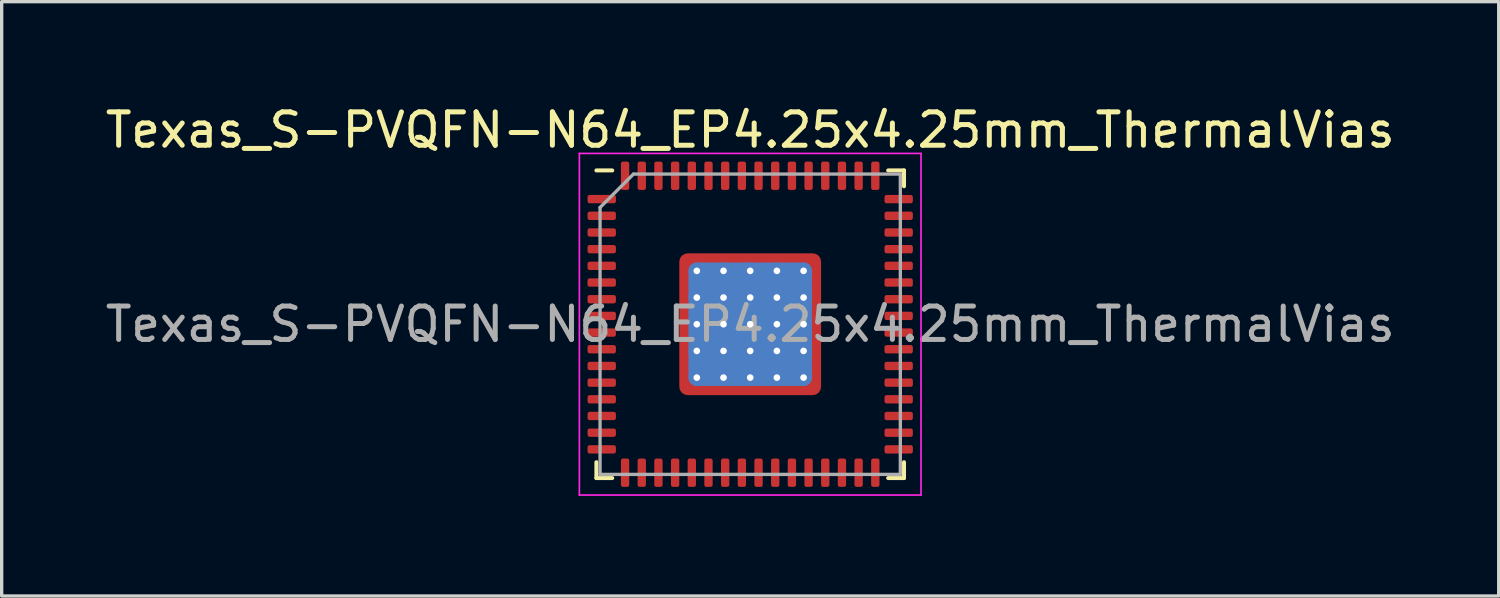
<source format=kicad_pcb>
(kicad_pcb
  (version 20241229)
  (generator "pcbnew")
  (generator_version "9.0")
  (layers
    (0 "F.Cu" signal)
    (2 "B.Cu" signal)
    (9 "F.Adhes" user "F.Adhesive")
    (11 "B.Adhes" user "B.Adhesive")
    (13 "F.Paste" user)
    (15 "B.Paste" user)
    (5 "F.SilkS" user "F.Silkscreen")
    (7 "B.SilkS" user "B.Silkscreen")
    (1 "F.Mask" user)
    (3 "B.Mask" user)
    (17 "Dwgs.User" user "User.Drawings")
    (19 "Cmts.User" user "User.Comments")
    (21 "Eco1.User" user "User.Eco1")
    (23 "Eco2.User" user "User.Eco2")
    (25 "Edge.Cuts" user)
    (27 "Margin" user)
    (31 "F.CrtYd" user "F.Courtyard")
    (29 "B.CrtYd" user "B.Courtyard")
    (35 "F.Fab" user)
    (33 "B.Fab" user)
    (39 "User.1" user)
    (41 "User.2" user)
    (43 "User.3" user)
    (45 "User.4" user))
  (footprint "Texas_S-PVQFN-N64_EP4.25x4.25mm_ThermalVias"
    (layer "F.Cu")
    (at 19.435 6.668)
    (property "Reference" "Texas_S-PVQFN-N64_EP4.25x4.25mm_ThermalVias" (at 0 -5.82 0) (layer "F.SilkS") (effects (font (size 1 1) (thickness 0.15))))
    (attr smd)
    (fp_line (start -4.61 4.61) (end -4.61 4.135) (stroke (width 0.12) (type solid)) (layer "F.SilkS"))
    (fp_line (start -4.135 -4.61) (end -4.61 -4.61) (stroke (width 0.12) (type solid)) (layer "F.SilkS"))
    (fp_line (start -4.135 4.61) (end -4.61 4.61) (stroke (width 0.12) (type solid)) (layer "F.SilkS"))
    (fp_line (start 4.135 -4.61) (end 4.61 -4.61) (stroke (width 0.12) (type solid)) (layer "F.SilkS"))
    (fp_line (start 4.135 4.61) (end 4.61 4.61) (stroke (width 0.12) (type solid)) (layer "F.SilkS"))
    (fp_line (start 4.61 -4.61) (end 4.61 -4.135) (stroke (width 0.12) (type solid)) (layer "F.SilkS"))
    (fp_line (start 4.61 4.61) (end 4.61 4.135) (stroke (width 0.12) (type solid)) (layer "F.SilkS"))
    (fp_line (start -5.12 -5.12) (end -5.12 5.12) (stroke (width 0.05) (type solid)) (layer "F.CrtYd"))
    (fp_line (start -5.12 5.12) (end 5.12 5.12) (stroke (width 0.05) (type solid)) (layer "F.CrtYd"))
    (fp_line (start 5.12 -5.12) (end -5.12 -5.12) (stroke (width 0.05) (type solid)) (layer "F.CrtYd"))
    (fp_line (start 5.12 5.12) (end 5.12 -5.12) (stroke (width 0.05) (type solid)) (layer "F.CrtYd"))
    (fp_line (start -4.5 -3.5) (end -3.5 -4.5) (stroke (width 0.1) (type solid)) (layer "F.Fab"))
    (fp_line (start -4.5 4.5) (end -4.5 -3.5) (stroke (width 0.1) (type solid)) (layer "F.Fab"))
    (fp_line (start -3.5 -4.5) (end 4.5 -4.5) (stroke (width 0.1) (type solid)) (layer "F.Fab"))
    (fp_line (start 4.5 -4.5) (end 4.5 4.5) (stroke (width 0.1) (type solid)) (layer "F.Fab"))
    (fp_line (start 4.5 4.5) (end -4.5 4.5) (stroke (width 0.1) (type solid)) (layer "F.Fab"))
    (fp_text user "${REFERENCE}" (at 0 0 0) (layer "F.Fab") (effects (font (size 1 1) (thickness 0.15))))
    (pad "" smd custom (at -1.863 -1.863) (size 0.295 0.295) (layers "F.Paste") (options (anchor circle)) (primitives (gr_poly (pts (xy -0.212 -0.212) (xy 0.212 -0.212) (xy 0.212 0.031) (xy 0.031 0.212) (xy -0.212 0.212)) (width 0) (fill yes))))
    (pad "" smd custom (at -1.863 -1.2) (size 0.314 0.314) (layers "F.Paste") (options (anchor circle)) (primitives (gr_poly (pts (xy -0.212 -0.322) (xy 0.057 -0.322) (xy 0.212 -0.168) (xy 0.212 0.168) (xy 0.057 0.322) (xy -0.212 0.322)) (width 0) (fill yes))))
    (pad "" smd custom (at -1.863 -0.4) (size 0.314 0.314) (layers "F.Paste") (options (anchor circle)) (primitives (gr_poly (pts (xy -0.212 -0.322) (xy 0.057 -0.322) (xy 0.212 -0.168) (xy 0.212 0.168) (xy 0.057 0.322) (xy -0.212 0.322)) (width 0) (fill yes))))
    (pad "" smd custom (at -1.863 0.4) (size 0.314 0.314) (layers "F.Paste") (options (anchor circle)) (primitives (gr_poly (pts (xy -0.212 -0.322) (xy 0.057 -0.322) (xy 0.212 -0.168) (xy 0.212 0.168) (xy 0.057 0.322) (xy -0.212 0.322)) (width 0) (fill yes))))
    (pad "" smd custom (at -1.863 1.2) (size 0.314 0.314) (layers "F.Paste") (options (anchor circle)) (primitives (gr_poly (pts (xy -0.212 -0.322) (xy 0.057 -0.322) (xy 0.212 -0.168) (xy 0.212 0.168) (xy 0.057 0.322) (xy -0.212 0.322)) (width 0) (fill yes))))
    (pad "" smd custom (at -1.863 1.863) (size 0.295 0.295) (layers "F.Paste") (options (anchor circle)) (primitives (gr_poly (pts (xy -0.212 -0.212) (xy 0.031 -0.212) (xy 0.212 -0.031) (xy 0.212 0.212) (xy -0.212 0.212)) (width 0) (fill yes))))
    (pad "" smd custom (at -1.2 -1.863) (size 0.314 0.314) (layers "F.Paste") (options (anchor circle)) (primitives (gr_poly (pts (xy -0.322 -0.212) (xy 0.322 -0.212) (xy 0.322 0.057) (xy 0.168 0.212) (xy -0.168 0.212) (xy -0.322 0.057)) (width 0) (fill yes))))
    (pad "" smd custom (at -1.2 -1.2) (size 0.555 0.555) (layers "F.Paste") (options (anchor circle)) (primitives (gr_poly (pts (xy -0.322 -0.195) (xy -0.195 -0.322) (xy 0.195 -0.322) (xy 0.322 -0.195) (xy 0.322 0.195) (xy 0.195 0.322) (xy -0.195 0.322) (xy -0.322 0.195)) (width 0) (fill yes))))
    (pad "" smd custom (at -1.2 -0.4) (size 0.555 0.555) (layers "F.Paste") (options (anchor circle)) (primitives (gr_poly (pts (xy -0.322 -0.195) (xy -0.195 -0.322) (xy 0.195 -0.322) (xy 0.322 -0.195) (xy 0.322 0.195) (xy 0.195 0.322) (xy -0.195 0.322) (xy -0.322 0.195)) (width 0) (fill yes))))
    (pad "" smd custom (at -1.2 0.4) (size 0.555 0.555) (layers "F.Paste") (options (anchor circle)) (primitives (gr_poly (pts (xy -0.322 -0.195) (xy -0.195 -0.322) (xy 0.195 -0.322) (xy 0.322 -0.195) (xy 0.322 0.195) (xy 0.195 0.322) (xy -0.195 0.322) (xy -0.322 0.195)) (width 0) (fill yes))))
    (pad "" smd custom (at -1.2 1.2) (size 0.555 0.555) (layers "F.Paste") (options (anchor circle)) (primitives (gr_poly (pts (xy -0.322 -0.195) (xy -0.195 -0.322) (xy 0.195 -0.322) (xy 0.322 -0.195) (xy 0.322 0.195) (xy 0.195 0.322) (xy -0.195 0.322) (xy -0.322 0.195)) (width 0) (fill yes))))
    (pad "" smd custom (at -1.2 1.863) (size 0.314 0.314) (layers "F.Paste") (options (anchor circle)) (primitives (gr_poly (pts (xy -0.322 -0.057) (xy -0.168 -0.212) (xy 0.168 -0.212) (xy 0.322 -0.057) (xy 0.322 0.212) (xy -0.322 0.212)) (width 0) (fill yes))))
    (pad "" smd custom (at -0.4 -1.863) (size 0.314 0.314) (layers "F.Paste") (options (anchor circle)) (primitives (gr_poly (pts (xy -0.322 -0.212) (xy 0.322 -0.212) (xy 0.322 0.057) (xy 0.168 0.212) (xy -0.168 0.212) (xy -0.322 0.057)) (width 0) (fill yes))))
    (pad "" smd custom (at -0.4 -1.2) (size 0.555 0.555) (layers "F.Paste") (options (anchor circle)) (primitives (gr_poly (pts (xy -0.322 -0.195) (xy -0.195 -0.322) (xy 0.195 -0.322) (xy 0.322 -0.195) (xy 0.322 0.195) (xy 0.195 0.322) (xy -0.195 0.322) (xy -0.322 0.195)) (width 0) (fill yes))))
    (pad "" smd custom (at -0.4 -0.4) (size 0.555 0.555) (layers "F.Paste") (options (anchor circle)) (primitives (gr_poly (pts (xy -0.322 -0.195) (xy -0.195 -0.322) (xy 0.195 -0.322) (xy 0.322 -0.195) (xy 0.322 0.195) (xy 0.195 0.322) (xy -0.195 0.322) (xy -0.322 0.195)) (width 0) (fill yes))))
    (pad "" smd custom (at -0.4 0.4) (size 0.555 0.555) (layers "F.Paste") (options (anchor circle)) (primitives (gr_poly (pts (xy -0.322 -0.195) (xy -0.195 -0.322) (xy 0.195 -0.322) (xy 0.322 -0.195) (xy 0.322 0.195) (xy 0.195 0.322) (xy -0.195 0.322) (xy -0.322 0.195)) (width 0) (fill yes))))
    (pad "" smd custom (at -0.4 1.2) (size 0.555 0.555) (layers "F.Paste") (options (anchor circle)) (primitives (gr_poly (pts (xy -0.322 -0.195) (xy -0.195 -0.322) (xy 0.195 -0.322) (xy 0.322 -0.195) (xy 0.322 0.195) (xy 0.195 0.322) (xy -0.195 0.322) (xy -0.322 0.195)) (width 0) (fill yes))))
    (pad "" smd custom (at -0.4 1.863) (size 0.314 0.314) (layers "F.Paste") (options (anchor circle)) (primitives (gr_poly (pts (xy -0.322 -0.057) (xy -0.168 -0.212) (xy 0.168 -0.212) (xy 0.322 -0.057) (xy 0.322 0.212) (xy -0.322 0.212)) (width 0) (fill yes))))
    (pad "" smd custom (at 0.4 -1.863) (size 0.314 0.314) (layers "F.Paste") (options (anchor circle)) (primitives (gr_poly (pts (xy -0.322 -0.212) (xy 0.322 -0.212) (xy 0.322 0.057) (xy 0.168 0.212) (xy -0.168 0.212) (xy -0.322 0.057)) (width 0) (fill yes))))
    (pad "" smd custom (at 0.4 -1.2) (size 0.555 0.555) (layers "F.Paste") (options (anchor circle)) (primitives (gr_poly (pts (xy -0.322 -0.195) (xy -0.195 -0.322) (xy 0.195 -0.322) (xy 0.322 -0.195) (xy 0.322 0.195) (xy 0.195 0.322) (xy -0.195 0.322) (xy -0.322 0.195)) (width 0) (fill yes))))
    (pad "" smd custom (at 0.4 -0.4) (size 0.555 0.555) (layers "F.Paste") (options (anchor circle)) (primitives (gr_poly (pts (xy -0.322 -0.195) (xy -0.195 -0.322) (xy 0.195 -0.322) (xy 0.322 -0.195) (xy 0.322 0.195) (xy 0.195 0.322) (xy -0.195 0.322) (xy -0.322 0.195)) (width 0) (fill yes))))
    (pad "" smd custom (at 0.4 0.4) (size 0.555 0.555) (layers "F.Paste") (options (anchor circle)) (primitives (gr_poly (pts (xy -0.322 -0.195) (xy -0.195 -0.322) (xy 0.195 -0.322) (xy 0.322 -0.195) (xy 0.322 0.195) (xy 0.195 0.322) (xy -0.195 0.322) (xy -0.322 0.195)) (width 0) (fill yes))))
    (pad "" smd custom (at 0.4 1.2) (size 0.555 0.555) (layers "F.Paste") (options (anchor circle)) (primitives (gr_poly (pts (xy -0.322 -0.195) (xy -0.195 -0.322) (xy 0.195 -0.322) (xy 0.322 -0.195) (xy 0.322 0.195) (xy 0.195 0.322) (xy -0.195 0.322) (xy -0.322 0.195)) (width 0) (fill yes))))
    (pad "" smd custom (at 0.4 1.863) (size 0.314 0.314) (layers "F.Paste") (options (anchor circle)) (primitives (gr_poly (pts (xy -0.322 -0.057) (xy -0.168 -0.212) (xy 0.168 -0.212) (xy 0.322 -0.057) (xy 0.322 0.212) (xy -0.322 0.212)) (width 0) (fill yes))))
    (pad "" smd custom (at 1.2 -1.863) (size 0.314 0.314) (layers "F.Paste") (options (anchor circle)) (primitives (gr_poly (pts (xy -0.322 -0.212) (xy 0.322 -0.212) (xy 0.322 0.057) (xy 0.168 0.212) (xy -0.168 0.212) (xy -0.322 0.057)) (width 0) (fill yes))))
    (pad "" smd custom (at 1.2 -1.2) (size 0.555 0.555) (layers "F.Paste") (options (anchor circle)) (primitives (gr_poly (pts (xy -0.322 -0.195) (xy -0.195 -0.322) (xy 0.195 -0.322) (xy 0.322 -0.195) (xy 0.322 0.195) (xy 0.195 0.322) (xy -0.195 0.322) (xy -0.322 0.195)) (width 0) (fill yes))))
    (pad "" smd custom (at 1.2 -0.4) (size 0.555 0.555) (layers "F.Paste") (options (anchor circle)) (primitives (gr_poly (pts (xy -0.322 -0.195) (xy -0.195 -0.322) (xy 0.195 -0.322) (xy 0.322 -0.195) (xy 0.322 0.195) (xy 0.195 0.322) (xy -0.195 0.322) (xy -0.322 0.195)) (width 0) (fill yes))))
    (pad "" smd custom (at 1.2 0.4) (size 0.555 0.555) (layers "F.Paste") (options (anchor circle)) (primitives (gr_poly (pts (xy -0.322 -0.195) (xy -0.195 -0.322) (xy 0.195 -0.322) (xy 0.322 -0.195) (xy 0.322 0.195) (xy 0.195 0.322) (xy -0.195 0.322) (xy -0.322 0.195)) (width 0) (fill yes))))
    (pad "" smd custom (at 1.2 1.2) (size 0.555 0.555) (layers "F.Paste") (options (anchor circle)) (primitives (gr_poly (pts (xy -0.322 -0.195) (xy -0.195 -0.322) (xy 0.195 -0.322) (xy 0.322 -0.195) (xy 0.322 0.195) (xy 0.195 0.322) (xy -0.195 0.322) (xy -0.322 0.195)) (width 0) (fill yes))))
    (pad "" smd custom (at 1.2 1.863) (size 0.314 0.314) (layers "F.Paste") (options (anchor circle)) (primitives (gr_poly (pts (xy -0.322 -0.057) (xy -0.168 -0.212) (xy 0.168 -0.212) (xy 0.322 -0.057) (xy 0.322 0.212) (xy -0.322 0.212)) (width 0) (fill yes))))
    (pad "" smd custom (at 1.863 -1.863) (size 0.295 0.295) (layers "F.Paste") (options (anchor circle)) (primitives (gr_poly (pts (xy -0.212 -0.212) (xy 0.212 -0.212) (xy 0.212 0.212) (xy -0.031 0.212) (xy -0.212 0.031)) (width 0) (fill yes))))
    (pad "" smd custom (at 1.863 -1.2) (size 0.314 0.314) (layers "F.Paste") (options (anchor circle)) (primitives (gr_poly (pts (xy -0.212 -0.168) (xy -0.057 -0.322) (xy 0.212 -0.322) (xy 0.212 0.322) (xy -0.057 0.322) (xy -0.212 0.168)) (width 0) (fill yes))))
    (pad "" smd custom (at 1.863 -0.4) (size 0.314 0.314) (layers "F.Paste") (options (anchor circle)) (primitives (gr_poly (pts (xy -0.212 -0.168) (xy -0.057 -0.322) (xy 0.212 -0.322) (xy 0.212 0.322) (xy -0.057 0.322) (xy -0.212 0.168)) (width 0) (fill yes))))
    (pad "" smd custom (at 1.863 0.4) (size 0.314 0.314) (layers "F.Paste") (options (anchor circle)) (primitives (gr_poly (pts (xy -0.212 -0.168) (xy -0.057 -0.322) (xy 0.212 -0.322) (xy 0.212 0.322) (xy -0.057 0.322) (xy -0.212 0.168)) (width 0) (fill yes))))
    (pad "" smd custom (at 1.863 1.2) (size 0.314 0.314) (layers "F.Paste") (options (anchor circle)) (primitives (gr_poly (pts (xy -0.212 -0.168) (xy -0.057 -0.322) (xy 0.212 -0.322) (xy 0.212 0.322) (xy -0.057 0.322) (xy -0.212 0.168)) (width 0) (fill yes))))
    (pad "" smd custom (at 1.863 1.863) (size 0.295 0.295) (layers "F.Paste") (options (anchor circle)) (primitives (gr_poly (pts (xy -0.212 -0.031) (xy -0.031 -0.212) (xy 0.212 -0.212) (xy 0.212 0.212) (xy -0.212 0.212)) (width 0) (fill yes))))
    (pad "1" smd roundrect (at -4.45 -3.75) (size 0.85 0.25) (layers "F.Cu" "F.Mask" "F.Paste") (roundrect_rratio 0.25))
    (pad "2" smd roundrect (at -4.45 -3.25) (size 0.85 0.25) (layers "F.Cu" "F.Mask" "F.Paste") (roundrect_rratio 0.25))
    (pad "3" smd roundrect (at -4.45 -2.75) (size 0.85 0.25) (layers "F.Cu" "F.Mask" "F.Paste") (roundrect_rratio 0.25))
    (pad "4" smd roundrect (at -4.45 -2.25) (size 0.85 0.25) (layers "F.Cu" "F.Mask" "F.Paste") (roundrect_rratio 0.25))
    (pad "5" smd roundrect (at -4.45 -1.75) (size 0.85 0.25) (layers "F.Cu" "F.Mask" "F.Paste") (roundrect_rratio 0.25))
    (pad "6" smd roundrect (at -4.45 -1.25) (size 0.85 0.25) (layers "F.Cu" "F.Mask" "F.Paste") (roundrect_rratio 0.25))
    (pad "7" smd roundrect (at -4.45 -0.75) (size 0.85 0.25) (layers "F.Cu" "F.Mask" "F.Paste") (roundrect_rratio 0.25))
    (pad "8" smd roundrect (at -4.45 -0.25) (size 0.85 0.25) (layers "F.Cu" "F.Mask" "F.Paste") (roundrect_rratio 0.25))
    (pad "9" smd roundrect (at -4.45 0.25) (size 0.85 0.25) (layers "F.Cu" "F.Mask" "F.Paste") (roundrect_rratio 0.25))
    (pad "10" smd roundrect (at -4.45 0.75) (size 0.85 0.25) (layers "F.Cu" "F.Mask" "F.Paste") (roundrect_rratio 0.25))
    (pad "11" smd roundrect (at -4.45 1.25) (size 0.85 0.25) (layers "F.Cu" "F.Mask" "F.Paste") (roundrect_rratio 0.25))
    (pad "12" smd roundrect (at -4.45 1.75) (size 0.85 0.25) (layers "F.Cu" "F.Mask" "F.Paste") (roundrect_rratio 0.25))
    (pad "13" smd roundrect (at -4.45 2.25) (size 0.85 0.25) (layers "F.Cu" "F.Mask" "F.Paste") (roundrect_rratio 0.25))
    (pad "14" smd roundrect (at -4.45 2.75) (size 0.85 0.25) (layers "F.Cu" "F.Mask" "F.Paste") (roundrect_rratio 0.25))
    (pad "15" smd roundrect (at -4.45 3.25) (size 0.85 0.25) (layers "F.Cu" "F.Mask" "F.Paste") (roundrect_rratio 0.25))
    (pad "16" smd roundrect (at -4.45 3.75) (size 0.85 0.25) (layers "F.Cu" "F.Mask" "F.Paste") (roundrect_rratio 0.25))
    (pad "17" smd roundrect (at -3.75 4.45) (size 0.25 0.85) (layers "F.Cu" "F.Mask" "F.Paste") (roundrect_rratio 0.25))
    (pad "18" smd roundrect (at -3.25 4.45) (size 0.25 0.85) (layers "F.Cu" "F.Mask" "F.Paste") (roundrect_rratio 0.25))
    (pad "19" smd roundrect (at -2.75 4.45) (size 0.25 0.85) (layers "F.Cu" "F.Mask" "F.Paste") (roundrect_rratio 0.25))
    (pad "20" smd roundrect (at -2.25 4.45) (size 0.25 0.85) (layers "F.Cu" "F.Mask" "F.Paste") (roundrect_rratio 0.25))
    (pad "21" smd roundrect (at -1.75 4.45) (size 0.25 0.85) (layers "F.Cu" "F.Mask" "F.Paste") (roundrect_rratio 0.25))
    (pad "22" smd roundrect (at -1.25 4.45) (size 0.25 0.85) (layers "F.Cu" "F.Mask" "F.Paste") (roundrect_rratio 0.25))
    (pad "23" smd roundrect (at -0.75 4.45) (size 0.25 0.85) (layers "F.Cu" "F.Mask" "F.Paste") (roundrect_rratio 0.25))
    (pad "24" smd roundrect (at -0.25 4.45) (size 0.25 0.85) (layers "F.Cu" "F.Mask" "F.Paste") (roundrect_rratio 0.25))
    (pad "25" smd roundrect (at 0.25 4.45) (size 0.25 0.85) (layers "F.Cu" "F.Mask" "F.Paste") (roundrect_rratio 0.25))
    (pad "26" smd roundrect (at 0.75 4.45) (size 0.25 0.85) (layers "F.Cu" "F.Mask" "F.Paste") (roundrect_rratio 0.25))
    (pad "27" smd roundrect (at 1.25 4.45) (size 0.25 0.85) (layers "F.Cu" "F.Mask" "F.Paste") (roundrect_rratio 0.25))
    (pad "28" smd roundrect (at 1.75 4.45) (size 0.25 0.85) (layers "F.Cu" "F.Mask" "F.Paste") (roundrect_rratio 0.25))
    (pad "29" smd roundrect (at 2.25 4.45) (size 0.25 0.85) (layers "F.Cu" "F.Mask" "F.Paste") (roundrect_rratio 0.25))
    (pad "30" smd roundrect (at 2.75 4.45) (size 0.25 0.85) (layers "F.Cu" "F.Mask" "F.Paste") (roundrect_rratio 0.25))
    (pad "31" smd roundrect (at 3.25 4.45) (size 0.25 0.85) (layers "F.Cu" "F.Mask" "F.Paste") (roundrect_rratio 0.25))
    (pad "32" smd roundrect (at 3.75 4.45) (size 0.25 0.85) (layers "F.Cu" "F.Mask" "F.Paste") (roundrect_rratio 0.25))
    (pad "33" smd roundrect (at 4.45 3.75) (size 0.85 0.25) (layers "F.Cu" "F.Mask" "F.Paste") (roundrect_rratio 0.25))
    (pad "34" smd roundrect (at 4.45 3.25) (size 0.85 0.25) (layers "F.Cu" "F.Mask" "F.Paste") (roundrect_rratio 0.25))
    (pad "35" smd roundrect (at 4.45 2.75) (size 0.85 0.25) (layers "F.Cu" "F.Mask" "F.Paste") (roundrect_rratio 0.25))
    (pad "36" smd roundrect (at 4.45 2.25) (size 0.85 0.25) (layers "F.Cu" "F.Mask" "F.Paste") (roundrect_rratio 0.25))
    (pad "37" smd roundrect (at 4.45 1.75) (size 0.85 0.25) (layers "F.Cu" "F.Mask" "F.Paste") (roundrect_rratio 0.25))
    (pad "38" smd roundrect (at 4.45 1.25) (size 0.85 0.25) (layers "F.Cu" "F.Mask" "F.Paste") (roundrect_rratio 0.25))
    (pad "39" smd roundrect (at 4.45 0.75) (size 0.85 0.25) (layers "F.Cu" "F.Mask" "F.Paste") (roundrect_rratio 0.25))
    (pad "40" smd roundrect (at 4.45 0.25) (size 0.85 0.25) (layers "F.Cu" "F.Mask" "F.Paste") (roundrect_rratio 0.25))
    (pad "41" smd roundrect (at 4.45 -0.25) (size 0.85 0.25) (layers "F.Cu" "F.Mask" "F.Paste") (roundrect_rratio 0.25))
    (pad "42" smd roundrect (at 4.45 -0.75) (size 0.85 0.25) (layers "F.Cu" "F.Mask" "F.Paste") (roundrect_rratio 0.25))
    (pad "43" smd roundrect (at 4.45 -1.25) (size 0.85 0.25) (layers "F.Cu" "F.Mask" "F.Paste") (roundrect_rratio 0.25))
    (pad "44" smd roundrect (at 4.45 -1.75) (size 0.85 0.25) (layers "F.Cu" "F.Mask" "F.Paste") (roundrect_rratio 0.25))
    (pad "45" smd roundrect (at 4.45 -2.25) (size 0.85 0.25) (layers "F.Cu" "F.Mask" "F.Paste") (roundrect_rratio 0.25))
    (pad "46" smd roundrect (at 4.45 -2.75) (size 0.85 0.25) (layers "F.Cu" "F.Mask" "F.Paste") (roundrect_rratio 0.25))
    (pad "47" smd roundrect (at 4.45 -3.25) (size 0.85 0.25) (layers "F.Cu" "F.Mask" "F.Paste") (roundrect_rratio 0.25))
    (pad "48" smd roundrect (at 4.45 -3.75) (size 0.85 0.25) (layers "F.Cu" "F.Mask" "F.Paste") (roundrect_rratio 0.25))
    (pad "49" smd roundrect (at 3.75 -4.45) (size 0.25 0.85) (layers "F.Cu" "F.Mask" "F.Paste") (roundrect_rratio 0.25))
    (pad "50" smd roundrect (at 3.25 -4.45) (size 0.25 0.85) (layers "F.Cu" "F.Mask" "F.Paste") (roundrect_rratio 0.25))
    (pad "51" smd roundrect (at 2.75 -4.45) (size 0.25 0.85) (layers "F.Cu" "F.Mask" "F.Paste") (roundrect_rratio 0.25))
    (pad "52" smd roundrect (at 2.25 -4.45) (size 0.25 0.85) (layers "F.Cu" "F.Mask" "F.Paste") (roundrect_rratio 0.25))
    (pad "53" smd roundrect (at 1.75 -4.45) (size 0.25 0.85) (layers "F.Cu" "F.Mask" "F.Paste") (roundrect_rratio 0.25))
    (pad "54" smd roundrect (at 1.25 -4.45) (size 0.25 0.85) (layers "F.Cu" "F.Mask" "F.Paste") (roundrect_rratio 0.25))
    (pad "55" smd roundrect (at 0.75 -4.45) (size 0.25 0.85) (layers "F.Cu" "F.Mask" "F.Paste") (roundrect_rratio 0.25))
    (pad "56" smd roundrect (at 0.25 -4.45) (size 0.25 0.85) (layers "F.Cu" "F.Mask" "F.Paste") (roundrect_rratio 0.25))
    (pad "57" smd roundrect (at -0.25 -4.45) (size 0.25 0.85) (layers "F.Cu" "F.Mask" "F.Paste") (roundrect_rratio 0.25))
    (pad "58" smd roundrect (at -0.75 -4.45) (size 0.25 0.85) (layers "F.Cu" "F.Mask" "F.Paste") (roundrect_rratio 0.25))
    (pad "59" smd roundrect (at -1.25 -4.45) (size 0.25 0.85) (layers "F.Cu" "F.Mask" "F.Paste") (roundrect_rratio 0.25))
    (pad "60" smd roundrect (at -1.75 -4.45) (size 0.25 0.85) (layers "F.Cu" "F.Mask" "F.Paste") (roundrect_rratio 0.25))
    (pad "61" smd roundrect (at -2.25 -4.45) (size 0.25 0.85) (layers "F.Cu" "F.Mask" "F.Paste") (roundrect_rratio 0.25))
    (pad "62" smd roundrect (at -2.75 -4.45) (size 0.25 0.85) (layers "F.Cu" "F.Mask" "F.Paste") (roundrect_rratio 0.25))
    (pad "63" smd roundrect (at -3.25 -4.45) (size 0.25 0.85) (layers "F.Cu" "F.Mask" "F.Paste") (roundrect_rratio 0.25))
    (pad "64" smd roundrect (at -3.75 -4.45) (size 0.25 0.85) (layers "F.Cu" "F.Mask" "F.Paste") (roundrect_rratio 0.25))
    (pad "65" thru_hole circle (at -1.6 -1.6) (size 0.5 0.5) (drill 0.2) (layers "*.Cu"))
    (pad "65" thru_hole circle (at -1.6 -0.8) (size 0.5 0.5) (drill 0.2) (layers "*.Cu"))
    (pad "65" thru_hole circle (at -1.6 0) (size 0.5 0.5) (drill 0.2) (layers "*.Cu"))
    (pad "65" thru_hole circle (at -1.6 0.8) (size 0.5 0.5) (drill 0.2) (layers "*.Cu"))
    (pad "65" thru_hole circle (at -1.6 1.6) (size 0.5 0.5) (drill 0.2) (layers "*.Cu"))
    (pad "65" thru_hole circle (at -0.8 -1.6) (size 0.5 0.5) (drill 0.2) (layers "*.Cu"))
    (pad "65" thru_hole circle (at -0.8 -0.8) (size 0.5 0.5) (drill 0.2) (layers "*.Cu"))
    (pad "65" thru_hole circle (at -0.8 0) (size 0.5 0.5) (drill 0.2) (layers "*.Cu"))
    (pad "65" thru_hole circle (at -0.8 0.8) (size 0.5 0.5) (drill 0.2) (layers "*.Cu"))
    (pad "65" thru_hole circle (at -0.8 1.6) (size 0.5 0.5) (drill 0.2) (layers "*.Cu"))
    (pad "65" thru_hole circle (at 0 -1.6) (size 0.5 0.5) (drill 0.2) (layers "*.Cu"))
    (pad "65" thru_hole circle (at 0 -0.8) (size 0.5 0.5) (drill 0.2) (layers "*.Cu"))
    (pad "65" thru_hole circle (at 0 0) (size 0.5 0.5) (drill 0.2) (layers "*.Cu"))
    (pad "65" smd roundrect (at 0 0) (size 3.7 3.7) (layers "B.Cu") (roundrect_rratio 0.068))
    (pad "65" smd roundrect (at 0 0) (size 4.25 4.25) (layers "F.Cu" "F.Mask") (roundrect_rratio 0.059))
    (pad "65" thru_hole circle (at 0 0.8) (size 0.5 0.5) (drill 0.2) (layers "*.Cu"))
    (pad "65" thru_hole circle (at 0 1.6) (size 0.5 0.5) (drill 0.2) (layers "*.Cu"))
    (pad "65" thru_hole circle (at 0.8 -1.6) (size 0.5 0.5) (drill 0.2) (layers "*.Cu"))
    (pad "65" thru_hole circle (at 0.8 -0.8) (size 0.5 0.5) (drill 0.2) (layers "*.Cu"))
    (pad "65" thru_hole circle (at 0.8 0) (size 0.5 0.5) (drill 0.2) (layers "*.Cu"))
    (pad "65" thru_hole circle (at 0.8 0.8) (size 0.5 0.5) (drill 0.2) (layers "*.Cu"))
    (pad "65" thru_hole circle (at 0.8 1.6) (size 0.5 0.5) (drill 0.2) (layers "*.Cu"))
    (pad "65" thru_hole circle (at 1.6 -1.6) (size 0.5 0.5) (drill 0.2) (layers "*.Cu"))
    (pad "65" thru_hole circle (at 1.6 -0.8) (size 0.5 0.5) (drill 0.2) (layers "*.Cu"))
    (pad "65" thru_hole circle (at 1.6 0) (size 0.5 0.5) (drill 0.2) (layers "*.Cu"))
    (pad "65" thru_hole circle (at 1.6 0.8) (size 0.5 0.5) (drill 0.2) (layers "*.Cu"))
    (pad "65" thru_hole circle (at 1.6 1.6) (size 0.5 0.5) (drill 0.2) (layers "*.Cu")))
  (gr_rect
    (start -3 -3)
    (end 41.869 14.813)
    (stroke (width 0.1) (type default))
    (fill no)
    (layer "Edge.Cuts")))
</source>
